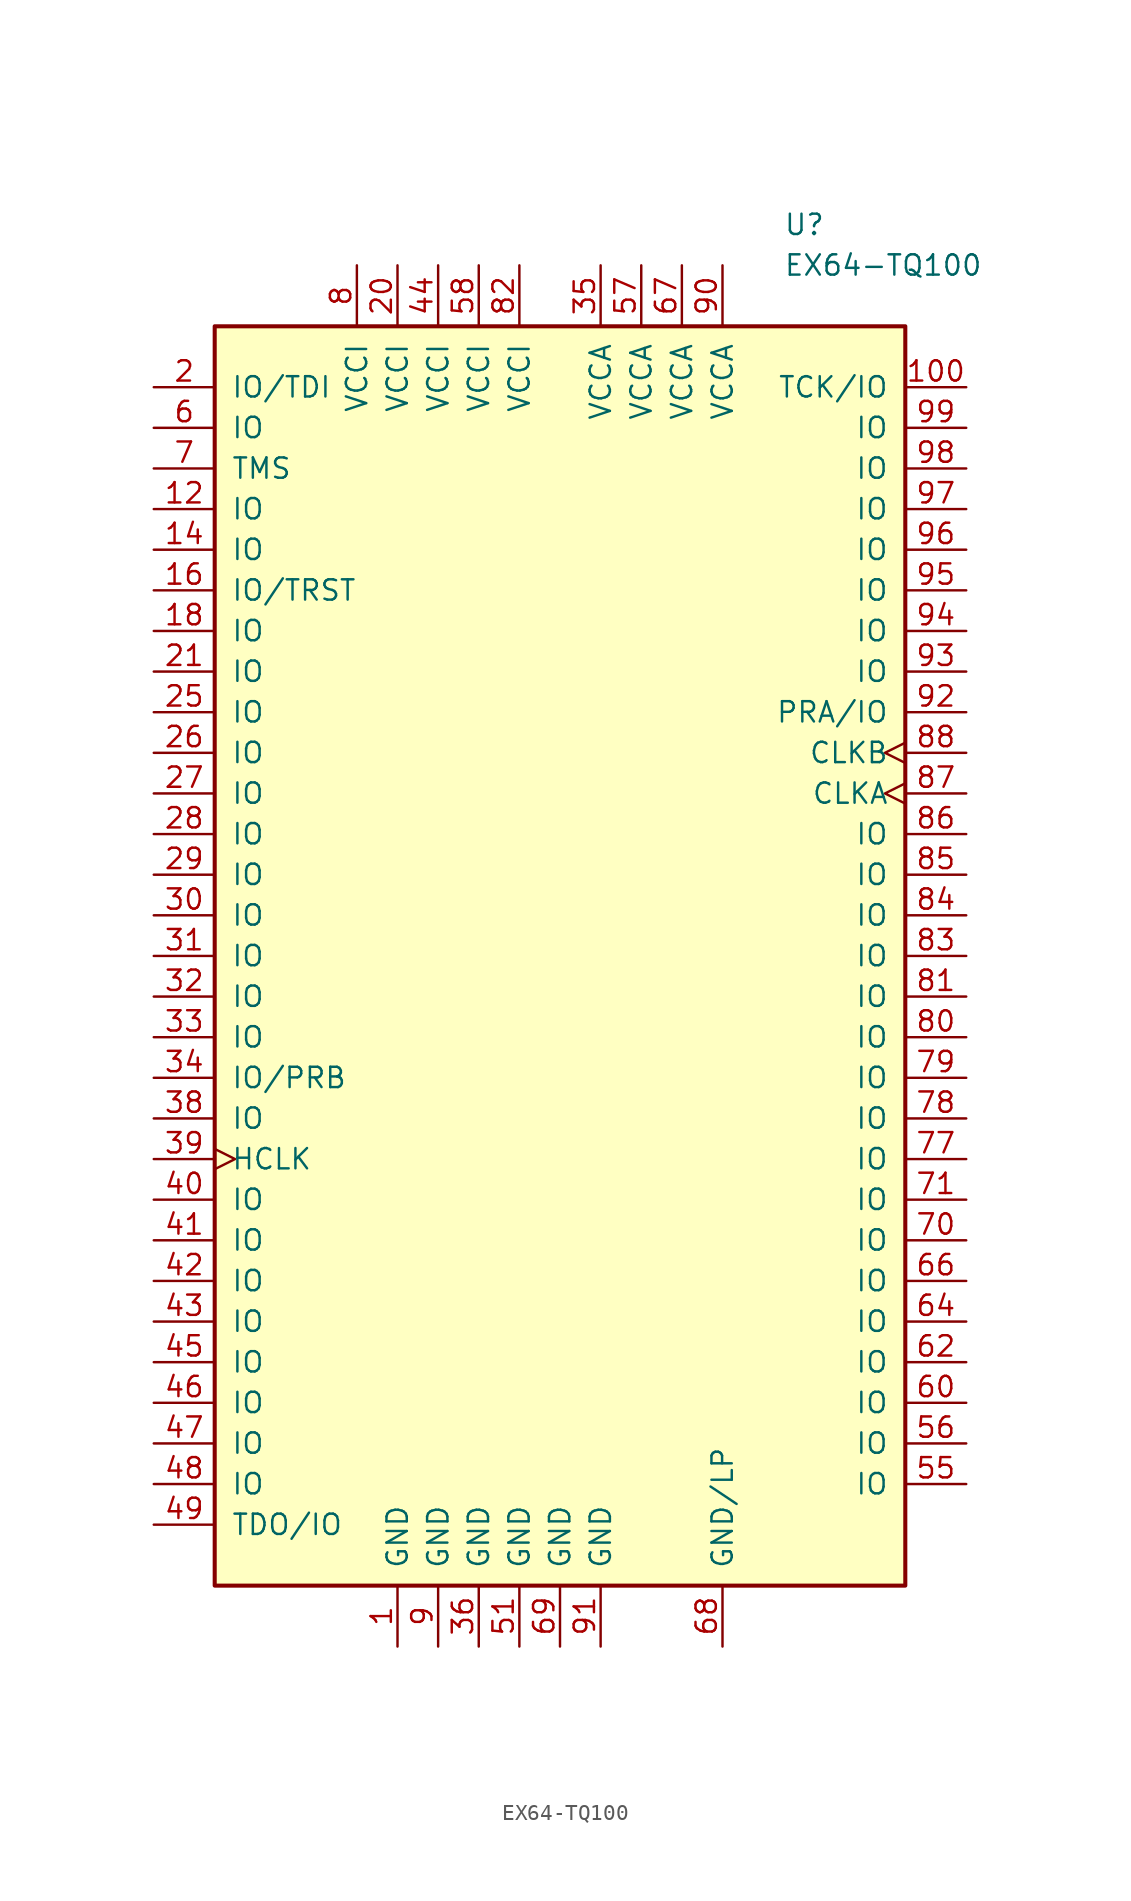
<source format=kicad_sym>
(kicad_symbol_lib
  (version 20211014)
  (generator kicad_symbol_editor)
  (symbol "EX64-TQ100"
    (pin_names
      (offset 1.016))
    (property "Reference" "U"
      (at 13.97 45.72 0)
      (effects (font (size 1.27 1.27)) (justify left)))
    (property "Value" "EX64-TQ100"
      (at 13.97 43.18 0)
      (effects (font (size 1.27 1.27)) (justify left)))
    (symbol "EX64-TQ100_0_1"
      (rectangle (start -21.59 39.37) (end 21.59 -39.37) (stroke (width 0.254) (type default) (color 0 0 0 0)) (fill (type background))))
    (symbol "EX64-TQ100_1_1"
      (pin power_out line (at -10.16 -43.18 90) (length 3.81) (name "GND" (effects (font (size 1.27 1.27)))) (number "1" (effects (font (size 1.27 1.27)))))
      (pin bidirectional line (at 25.4 35.56 180) (length 3.81) (name "TCK/IO" (effects (font (size 1.27 1.27)))) (number "100" (effects (font (size 1.27 1.27)))))
      (pin bidirectional line (at -25.4 27.94 0) (length 3.81) (name "IO" (effects (font (size 1.27 1.27)))) (number "12" (effects (font (size 1.27 1.27)))))
      (pin bidirectional line (at -25.4 25.4 0) (length 3.81) (name "IO" (effects (font (size 1.27 1.27)))) (number "14" (effects (font (size 1.27 1.27)))))
      (pin bidirectional line (at -25.4 22.86 0) (length 3.81) (name "IO/TRST" (effects (font (size 1.27 1.27)))) (number "16" (effects (font (size 1.27 1.27)))))
      (pin bidirectional line (at -25.4 20.32 0) (length 3.81) (name "IO" (effects (font (size 1.27 1.27)))) (number "18" (effects (font (size 1.27 1.27)))))
      (pin bidirectional line (at -25.4 35.56 0) (length 3.81) (name "IO/TDI" (effects (font (size 1.27 1.27)))) (number "2" (effects (font (size 1.27 1.27)))))
      (pin power_in line (at -10.16 43.18 270) (length 3.81) (name "VCCI" (effects (font (size 1.27 1.27)))) (number "20" (effects (font (size 1.27 1.27)))))
      (pin bidirectional line (at -25.4 17.78 0) (length 3.81) (name "IO" (effects (font (size 1.27 1.27)))) (number "21" (effects (font (size 1.27 1.27)))))
      (pin bidirectional line (at -25.4 15.24 0) (length 3.81) (name "IO" (effects (font (size 1.27 1.27)))) (number "25" (effects (font (size 1.27 1.27)))))
      (pin bidirectional line (at -25.4 12.7 0) (length 3.81) (name "IO" (effects (font (size 1.27 1.27)))) (number "26" (effects (font (size 1.27 1.27)))))
      (pin bidirectional line (at -25.4 10.16 0) (length 3.81) (name "IO" (effects (font (size 1.27 1.27)))) (number "27" (effects (font (size 1.27 1.27)))))
      (pin bidirectional line (at -25.4 7.62 0) (length 3.81) (name "IO" (effects (font (size 1.27 1.27)))) (number "28" (effects (font (size 1.27 1.27)))))
      (pin bidirectional line (at -25.4 5.08 0) (length 3.81) (name "IO" (effects (font (size 1.27 1.27)))) (number "29" (effects (font (size 1.27 1.27)))))
      (pin bidirectional line (at -25.4 2.54 0) (length 3.81) (name "IO" (effects (font (size 1.27 1.27)))) (number "30" (effects (font (size 1.27 1.27)))))
      (pin bidirectional line (at -25.4 0 0) (length 3.81) (name "IO" (effects (font (size 1.27 1.27)))) (number "31" (effects (font (size 1.27 1.27)))))
      (pin bidirectional line (at -25.4 -2.54 0) (length 3.81) (name "IO" (effects (font (size 1.27 1.27)))) (number "32" (effects (font (size 1.27 1.27)))))
      (pin bidirectional line (at -25.4 -5.08 0) (length 3.81) (name "IO" (effects (font (size 1.27 1.27)))) (number "33" (effects (font (size 1.27 1.27)))))
      (pin bidirectional line (at -25.4 -7.62 0) (length 3.81) (name "IO/PRB" (effects (font (size 1.27 1.27)))) (number "34" (effects (font (size 1.27 1.27)))))
      (pin power_in line (at 2.54 43.18 270) (length 3.81) (name "VCCA" (effects (font (size 1.27 1.27)))) (number "35" (effects (font (size 1.27 1.27)))))
      (pin power_out line (at -5.08 -43.18 90) (length 3.81) (name "GND" (effects (font (size 1.27 1.27)))) (number "36" (effects (font (size 1.27 1.27)))))
      (pin bidirectional line (at -25.4 -10.16 0) (length 3.81) (name "IO" (effects (font (size 1.27 1.27)))) (number "38" (effects (font (size 1.27 1.27)))))
      (pin input clock (at -25.4 -12.7 0) (length 3.81) (name "HCLK" (effects (font (size 1.27 1.27)))) (number "39" (effects (font (size 1.27 1.27)))))
      (pin bidirectional line (at -25.4 -15.24 0) (length 3.81) (name "IO" (effects (font (size 1.27 1.27)))) (number "40" (effects (font (size 1.27 1.27)))))
      (pin bidirectional line (at -25.4 -17.78 0) (length 3.81) (name "IO" (effects (font (size 1.27 1.27)))) (number "41" (effects (font (size 1.27 1.27)))))
      (pin bidirectional line (at -25.4 -20.32 0) (length 3.81) (name "IO" (effects (font (size 1.27 1.27)))) (number "42" (effects (font (size 1.27 1.27)))))
      (pin bidirectional line (at -25.4 -22.86 0) (length 3.81) (name "IO" (effects (font (size 1.27 1.27)))) (number "43" (effects (font (size 1.27 1.27)))))
      (pin power_in line (at -7.62 43.18 270) (length 3.81) (name "VCCI" (effects (font (size 1.27 1.27)))) (number "44" (effects (font (size 1.27 1.27)))))
      (pin bidirectional line (at -25.4 -25.4 0) (length 3.81) (name "IO" (effects (font (size 1.27 1.27)))) (number "45" (effects (font (size 1.27 1.27)))))
      (pin bidirectional line (at -25.4 -27.94 0) (length 3.81) (name "IO" (effects (font (size 1.27 1.27)))) (number "46" (effects (font (size 1.27 1.27)))))
      (pin bidirectional line (at -25.4 -30.48 0) (length 3.81) (name "IO" (effects (font (size 1.27 1.27)))) (number "47" (effects (font (size 1.27 1.27)))))
      (pin bidirectional line (at -25.4 -33.02 0) (length 3.81) (name "IO" (effects (font (size 1.27 1.27)))) (number "48" (effects (font (size 1.27 1.27)))))
      (pin bidirectional line (at -25.4 -35.56 0) (length 3.81) (name "TDO/IO" (effects (font (size 1.27 1.27)))) (number "49" (effects (font (size 1.27 1.27)))))
      (pin power_out line (at -2.54 -43.18 90) (length 3.81) (name "GND" (effects (font (size 1.27 1.27)))) (number "51" (effects (font (size 1.27 1.27)))))
      (pin bidirectional line (at 25.4 -33.02 180) (length 3.81) (name "IO" (effects (font (size 1.27 1.27)))) (number "55" (effects (font (size 1.27 1.27)))))
      (pin bidirectional line (at 25.4 -30.48 180) (length 3.81) (name "IO" (effects (font (size 1.27 1.27)))) (number "56" (effects (font (size 1.27 1.27)))))
      (pin power_in line (at 5.08 43.18 270) (length 3.81) (name "VCCA" (effects (font (size 1.27 1.27)))) (number "57" (effects (font (size 1.27 1.27)))))
      (pin power_in line (at -5.08 43.18 270) (length 3.81) (name "VCCI" (effects (font (size 1.27 1.27)))) (number "58" (effects (font (size 1.27 1.27)))))
      (pin bidirectional line (at -25.4 33.02 0) (length 3.81) (name "IO" (effects (font (size 1.27 1.27)))) (number "6" (effects (font (size 1.27 1.27)))))
      (pin bidirectional line (at 25.4 -27.94 180) (length 3.81) (name "IO" (effects (font (size 1.27 1.27)))) (number "60" (effects (font (size 1.27 1.27)))))
      (pin bidirectional line (at 25.4 -25.4 180) (length 3.81) (name "IO" (effects (font (size 1.27 1.27)))) (number "62" (effects (font (size 1.27 1.27)))))
      (pin bidirectional line (at 25.4 -22.86 180) (length 3.81) (name "IO" (effects (font (size 1.27 1.27)))) (number "64" (effects (font (size 1.27 1.27)))))
      (pin bidirectional line (at 25.4 -20.32 180) (length 3.81) (name "IO" (effects (font (size 1.27 1.27)))) (number "66" (effects (font (size 1.27 1.27)))))
      (pin power_in line (at 7.62 43.18 270) (length 3.81) (name "VCCA" (effects (font (size 1.27 1.27)))) (number "67" (effects (font (size 1.27 1.27)))))
      (pin power_out line (at 10.16 -43.18 90) (length 3.81) (name "GND/LP" (effects (font (size 1.27 1.27)))) (number "68" (effects (font (size 1.27 1.27)))))
      (pin power_out line (at 0 -43.18 90) (length 3.81) (name "GND" (effects (font (size 1.27 1.27)))) (number "69" (effects (font (size 1.27 1.27)))))
      (pin input line (at -25.4 30.48 0) (length 3.81) (name "TMS" (effects (font (size 1.27 1.27)))) (number "7" (effects (font (size 1.27 1.27)))))
      (pin bidirectional line (at 25.4 -17.78 180) (length 3.81) (name "IO" (effects (font (size 1.27 1.27)))) (number "70" (effects (font (size 1.27 1.27)))))
      (pin bidirectional line (at 25.4 -15.24 180) (length 3.81) (name "IO" (effects (font (size 1.27 1.27)))) (number "71" (effects (font (size 1.27 1.27)))))
      (pin bidirectional line (at 25.4 -12.7 180) (length 3.81) (name "IO" (effects (font (size 1.27 1.27)))) (number "77" (effects (font (size 1.27 1.27)))))
      (pin bidirectional line (at 25.4 -10.16 180) (length 3.81) (name "IO" (effects (font (size 1.27 1.27)))) (number "78" (effects (font (size 1.27 1.27)))))
      (pin bidirectional line (at 25.4 -7.62 180) (length 3.81) (name "IO" (effects (font (size 1.27 1.27)))) (number "79" (effects (font (size 1.27 1.27)))))
      (pin power_in line (at -12.7 43.18 270) (length 3.81) (name "VCCI" (effects (font (size 1.27 1.27)))) (number "8" (effects (font (size 1.27 1.27)))))
      (pin bidirectional line (at 25.4 -5.08 180) (length 3.81) (name "IO" (effects (font (size 1.27 1.27)))) (number "80" (effects (font (size 1.27 1.27)))))
      (pin bidirectional line (at 25.4 -2.54 180) (length 3.81) (name "IO" (effects (font (size 1.27 1.27)))) (number "81" (effects (font (size 1.27 1.27)))))
      (pin power_in line (at -2.54 43.18 270) (length 3.81) (name "VCCI" (effects (font (size 1.27 1.27)))) (number "82" (effects (font (size 1.27 1.27)))))
      (pin bidirectional line (at 25.4 0 180) (length 3.81) (name "IO" (effects (font (size 1.27 1.27)))) (number "83" (effects (font (size 1.27 1.27)))))
      (pin bidirectional line (at 25.4 2.54 180) (length 3.81) (name "IO" (effects (font (size 1.27 1.27)))) (number "84" (effects (font (size 1.27 1.27)))))
      (pin bidirectional line (at 25.4 5.08 180) (length 3.81) (name "IO" (effects (font (size 1.27 1.27)))) (number "85" (effects (font (size 1.27 1.27)))))
      (pin bidirectional line (at 25.4 7.62 180) (length 3.81) (name "IO" (effects (font (size 1.27 1.27)))) (number "86" (effects (font (size 1.27 1.27)))))
      (pin input clock (at 25.4 10.16 180) (length 3.81) (name "CLKA" (effects (font (size 1.27 1.27)))) (number "87" (effects (font (size 1.27 1.27)))))
      (pin input clock (at 25.4 12.7 180) (length 3.81) (name "CLKB" (effects (font (size 1.27 1.27)))) (number "88" (effects (font (size 1.27 1.27)))))
      (pin power_out line (at -7.62 -43.18 90) (length 3.81) (name "GND" (effects (font (size 1.27 1.27)))) (number "9" (effects (font (size 1.27 1.27)))))
      (pin power_in line (at 10.16 43.18 270) (length 3.81) (name "VCCA" (effects (font (size 1.27 1.27)))) (number "90" (effects (font (size 1.27 1.27)))))
      (pin power_in line (at 2.54 -43.18 90) (length 3.81) (name "GND" (effects (font (size 1.27 1.27)))) (number "91" (effects (font (size 1.27 1.27)))))
      (pin bidirectional line (at 25.4 15.24 180) (length 3.81) (name "PRA/IO" (effects (font (size 1.27 1.27)))) (number "92" (effects (font (size 1.27 1.27)))))
      (pin bidirectional line (at 25.4 17.78 180) (length 3.81) (name "IO" (effects (font (size 1.27 1.27)))) (number "93" (effects (font (size 1.27 1.27)))))
      (pin bidirectional line (at 25.4 20.32 180) (length 3.81) (name "IO" (effects (font (size 1.27 1.27)))) (number "94" (effects (font (size 1.27 1.27)))))
      (pin bidirectional line (at 25.4 22.86 180) (length 3.81) (name "IO" (effects (font (size 1.27 1.27)))) (number "95" (effects (font (size 1.27 1.27)))))
      (pin bidirectional line (at 25.4 25.4 180) (length 3.81) (name "IO" (effects (font (size 1.27 1.27)))) (number "96" (effects (font (size 1.27 1.27)))))
      (pin bidirectional line (at 25.4 27.94 180) (length 3.81) (name "IO" (effects (font (size 1.27 1.27)))) (number "97" (effects (font (size 1.27 1.27)))))
      (pin bidirectional line (at 25.4 30.48 180) (length 3.81) (name "IO" (effects (font (size 1.27 1.27)))) (number "98" (effects (font (size 1.27 1.27)))))
      (pin bidirectional line (at 25.4 33.02 180) (length 3.81) (name "IO" (effects (font (size 1.27 1.27)))) (number "99" (effects (font (size 1.27 1.27))))))))
</source>
